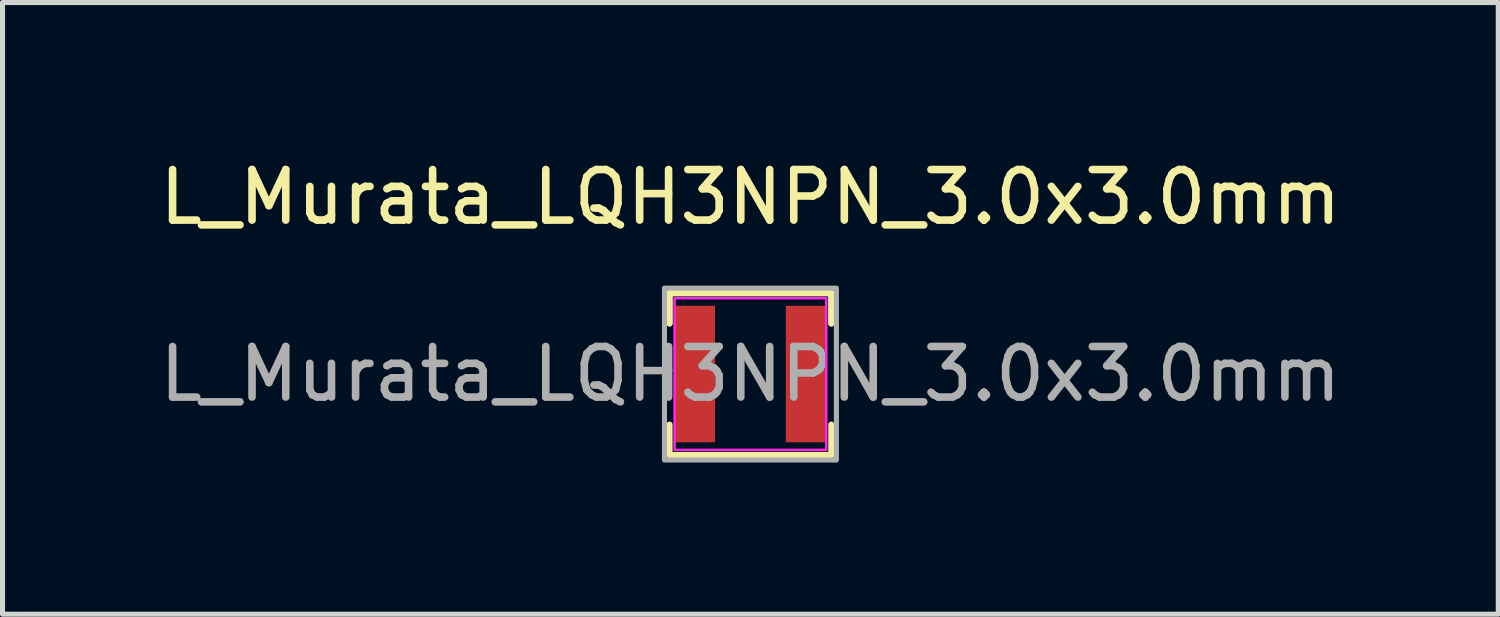
<source format=kicad_pcb>
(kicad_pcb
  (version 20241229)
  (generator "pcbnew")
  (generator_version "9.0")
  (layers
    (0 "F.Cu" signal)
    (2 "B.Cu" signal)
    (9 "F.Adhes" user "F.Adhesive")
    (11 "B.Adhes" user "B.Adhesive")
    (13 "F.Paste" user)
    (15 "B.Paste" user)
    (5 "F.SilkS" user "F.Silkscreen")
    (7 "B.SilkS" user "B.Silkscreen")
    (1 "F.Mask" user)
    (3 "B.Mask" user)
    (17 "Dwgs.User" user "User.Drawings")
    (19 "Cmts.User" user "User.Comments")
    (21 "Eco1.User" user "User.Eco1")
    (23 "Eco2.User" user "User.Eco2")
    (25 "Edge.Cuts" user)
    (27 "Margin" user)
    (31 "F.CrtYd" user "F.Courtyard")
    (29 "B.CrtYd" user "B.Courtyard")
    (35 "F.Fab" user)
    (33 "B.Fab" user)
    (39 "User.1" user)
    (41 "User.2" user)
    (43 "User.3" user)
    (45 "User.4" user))
  (footprint "L_Murata_LQH3NPN_3.0x3.0mm"
    (layer "F.Cu")
    (at 11.792 4.348)
    (property "Reference" "L_Murata_LQH3NPN_3.0x3.0mm" (at 0 -3.5 0) (layer "F.SilkS") (effects (font (size 1 1) (thickness 0.15))))
    (attr smd)
    (fp_line (start -1.6 -1) (end -1.6 -1.6) (stroke (width 0.12) (type solid)) (layer "F.SilkS"))
    (fp_line (start -1.6 -1) (end -1.6 -1.6) (stroke (width 0.12) (type solid)) (layer "F.SilkS"))
    (fp_line (start -1.6 1) (end -1.6 1.6) (stroke (width 0.12) (type solid)) (layer "F.SilkS"))
    (fp_line (start -1.6 1.6) (end 1.6 1.6) (stroke (width 0.12) (type solid)) (layer "F.SilkS"))
    (fp_line (start 1.6 -1.6) (end -1.6 -1.6) (stroke (width 0.12) (type solid)) (layer "F.SilkS"))
    (fp_line (start 1.6 -1.6) (end -1.6 -1.6) (stroke (width 0.12) (type solid)) (layer "F.SilkS"))
    (fp_line (start 1.6 -1) (end 1.6 -1.6) (stroke (width 0.12) (type solid)) (layer "F.SilkS"))
    (fp_line (start 1.6 -1) (end 1.6 -1.6) (stroke (width 0.12) (type solid)) (layer "F.SilkS"))
    (fp_line (start 1.6 1) (end 1.6 1.6) (stroke (width 0.12) (type solid)) (layer "F.SilkS"))
    (fp_rect (start -1.5 -1.5) (end 1.5 1.5) (stroke (width 0.05) (type default)) (fill no) (layer "F.CrtYd"))
    (fp_rect (start -1.7 -1.7) (end 1.7 1.7) (stroke (width 0.1) (type default)) (fill no) (layer "F.Fab"))
    (fp_text user "${REFERENCE}" (at 0 0 0) (layer "F.Fab") (effects (font (size 1 1) (thickness 0.15))))
    (pad "1" smd rect (at -1.1 0) (size 0.8 2.7) (layers "F.Cu" "F.Mask" "F.Paste"))
    (pad "2" smd rect (at 1.1 0) (size 0.8 2.7) (layers "F.Cu" "F.Mask" "F.Paste")))
  (gr_rect
    (start -3 -3)
    (end 26.583 9.098)
    (stroke (width 0.1) (type default))
    (fill no)
    (layer "Edge.Cuts")))
</source>
